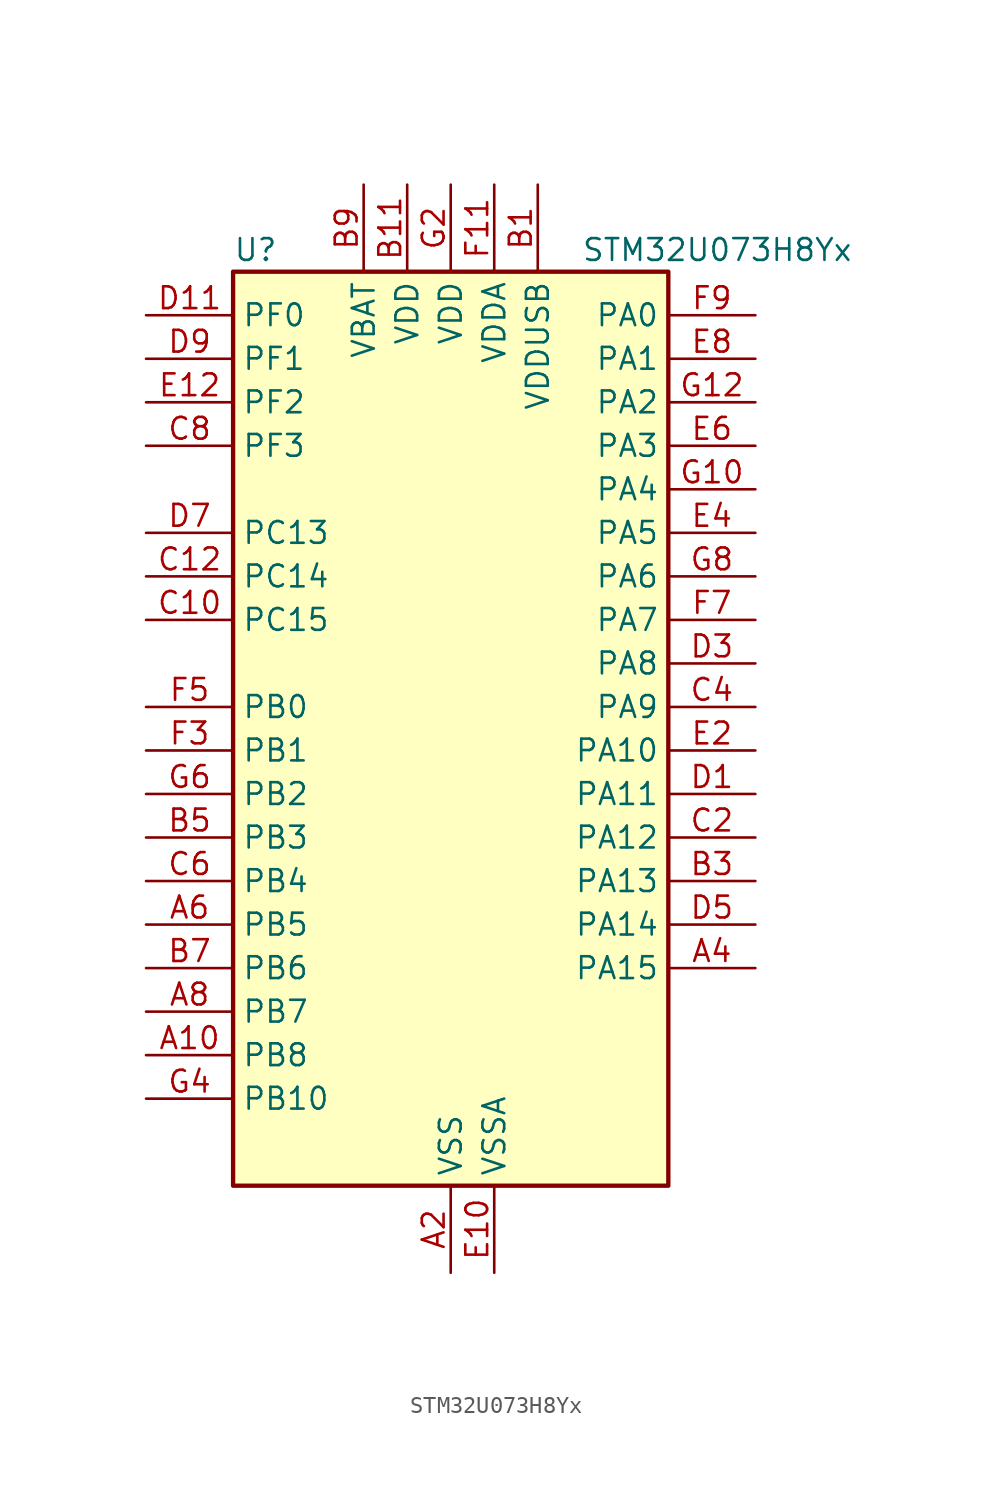
<source format=kicad_sym>
(kicad_symbol_lib
  (version 20231120)
  (generator "kicad_symbol_editor")
  (generator_version "8.99")
  (symbol "STM32U073H8Yx"
    (property "Reference" "U"
      (at -12.7 29.21 0)
      (effects (font (size 1.27 1.27)) (justify left)))
    (property "Value" "STM32U073H8Yx"
      (at 7.62 29.21 0)
      (effects (font (size 1.27 1.27)) (justify left)))
    (property "ki_locked" ""
      (at 0 0 0)
      (effects (font (size 1.27 1.27))))
    (symbol "STM32U073H8Yx_0_1"
      (rectangle (start -12.7 -25.4) (end 12.7 27.94) (stroke (width 0.254) (type default)) (fill (type background))))
    (symbol "STM32U073H8Yx_1_1"
      (pin bidirectional line (at -17.78 -17.78 0) (length 5.08) (name "PB8" (effects (font (size 1.27 1.27)))) (number "A10" (effects (font (size 1.27 1.27)))) (alternate "I2C1_SCL" bidirectional line) (alternate "I2C2_SCL" bidirectional line) (alternate "LCD_SEG16" bidirectional line) (alternate "LPTIM1_IN2" bidirectional line) (alternate "LPTIM3_IN2" bidirectional line) (alternate "TIM16_CH1" bidirectional line) (alternate "USART3_TX" bidirectional line))
      (pin passive line (at 0 -30.48 90) (length 5.08) hide (name "VSS" (effects (font (size 1.27 1.27)))) (number "A12" (effects (font (size 1.27 1.27)))))
      (pin power_in line (at 0 -30.48 90) (length 5.08) (name "VSS" (effects (font (size 1.27 1.27)))) (number "A2" (effects (font (size 1.27 1.27)))))
      (pin bidirectional line (at 17.78 -12.7 180) (length 5.08) (name "PA15" (effects (font (size 1.27 1.27)))) (number "A4" (effects (font (size 1.27 1.27)))) (alternate "DEBUG_JTDI" bidirectional line) (alternate "LCD_SEG17" bidirectional line) (alternate "LPTIM3_CH3" bidirectional line) (alternate "LPTIM3_IN2" bidirectional line) (alternate "SPI1_NSS" bidirectional line) (alternate "SPI3_NSS" bidirectional line) (alternate "TIM2_CH1" bidirectional line) (alternate "TIM2_ETR" bidirectional line) (alternate "TSC_G3_IO1" bidirectional line) (alternate "USART2_RX" bidirectional line) (alternate "USART3_DE" bidirectional line) (alternate "USART3_RTS" bidirectional line) (alternate "USART4_DE" bidirectional line) (alternate "USART4_RTS" bidirectional line))
      (pin bidirectional line (at -17.78 -10.16 0) (length 5.08) (name "PB5" (effects (font (size 1.27 1.27)))) (number "A6" (effects (font (size 1.27 1.27)))) (alternate "COMP2_OUT" bidirectional line) (alternate "LCD_SEG9" bidirectional line) (alternate "LPTIM1_IN1" bidirectional line) (alternate "LPUART3_CTS" bidirectional line) (alternate "SPI1_MOSI" bidirectional line) (alternate "SPI3_MOSI" bidirectional line) (alternate "TIM16_BKIN" bidirectional line) (alternate "TIM3_CH2" bidirectional line) (alternate "TSC_G2_IO2" bidirectional line) (alternate "USART1_CK" bidirectional line))
      (pin bidirectional line (at -17.78 -15.24 0) (length 5.08) (name "PB7" (effects (font (size 1.27 1.27)))) (number "A8" (effects (font (size 1.27 1.27)))) (alternate "COMP2_INM" bidirectional line) (alternate "I2C1_SDA" bidirectional line) (alternate "I2C2_SDA" bidirectional line) (alternate "I2C4_SDA" bidirectional line) (alternate "LCD_SEG21" bidirectional line) (alternate "LPTIM1_IN2" bidirectional line) (alternate "LPUART2_RX" bidirectional line) (alternate "LPUART3_RX" bidirectional line) (alternate "PWR_PVD_IN" bidirectional line) (alternate "TSC_G2_IO4" bidirectional line) (alternate "USART1_RX" bidirectional line) (alternate "USART4_CTS" bidirectional line))
      (pin power_in line (at 5.08 33.02 270) (length 5.08) (name "VDDUSB" (effects (font (size 1.27 1.27)))) (number "B1" (effects (font (size 1.27 1.27)))))
      (pin power_in line (at -2.54 33.02 270) (length 5.08) (name "VDD" (effects (font (size 1.27 1.27)))) (number "B11" (effects (font (size 1.27 1.27)))))
      (pin bidirectional line (at 17.78 -7.62 180) (length 5.08) (name "PA13" (effects (font (size 1.27 1.27)))) (number "B3" (effects (font (size 1.27 1.27)))) (alternate "DEBUG_JTMS-SWDIO" bidirectional line) (alternate "IR_OUT" bidirectional line) (alternate "LCD_SEG40" bidirectional line) (alternate "TSC_G7_IO4" bidirectional line) (alternate "USB_NOE" bidirectional line))
      (pin bidirectional line (at -17.78 -5.08 0) (length 5.08) (name "PB3" (effects (font (size 1.27 1.27)))) (number "B5" (effects (font (size 1.27 1.27)))) (alternate "COMP2_INM" bidirectional line) (alternate "DEBUG_JTDO-SWO" bidirectional line) (alternate "I2C2_SCL" bidirectional line) (alternate "I2C3_SCL" bidirectional line) (alternate "LCD_SEG7" bidirectional line) (alternate "LPTIM1_CH3" bidirectional line) (alternate "SPI1_SCK" bidirectional line) (alternate "SPI3_SCK" bidirectional line) (alternate "TIM2_CH2" bidirectional line) (alternate "USART1_DE" bidirectional line) (alternate "USART1_RTS" bidirectional line))
      (pin bidirectional line (at -17.78 -12.7 0) (length 5.08) (name "PB6" (effects (font (size 1.27 1.27)))) (number "B7" (effects (font (size 1.27 1.27)))) (alternate "COMP2_INP" bidirectional line) (alternate "I2C1_SCL" bidirectional line) (alternate "I2C2_SCL" bidirectional line) (alternate "I2C4_SCL" bidirectional line) (alternate "LPTIM1_ETR" bidirectional line) (alternate "LPUART2_TX" bidirectional line) (alternate "LPUART3_TX" bidirectional line) (alternate "TIM16_CH1N" bidirectional line) (alternate "TSC_G2_IO3" bidirectional line) (alternate "USART1_TX" bidirectional line))
      (pin power_in line (at -5.08 33.02 270) (length 5.08) (name "VBAT" (effects (font (size 1.27 1.27)))) (number "B9" (effects (font (size 1.27 1.27)))))
      (pin bidirectional line (at -17.78 7.62 0) (length 5.08) (name "PC15" (effects (font (size 1.27 1.27)))) (number "C10" (effects (font (size 1.27 1.27)))) (alternate "RCC_OSC32_EN" bidirectional line) (alternate "RCC_OSC32_OUT" bidirectional line) (alternate "RCC_OSC_EN" bidirectional line))
      (pin bidirectional line (at -17.78 10.16 0) (length 5.08) (name "PC14" (effects (font (size 1.27 1.27)))) (number "C12" (effects (font (size 1.27 1.27)))) (alternate "RCC_OSC32_IN" bidirectional line))
      (pin bidirectional line (at 17.78 -5.08 180) (length 5.08) (name "PA12" (effects (font (size 1.27 1.27)))) (number "C2" (effects (font (size 1.27 1.27)))) (alternate "SPI1_MOSI" bidirectional line) (alternate "SPI2_MOSI" bidirectional line) (alternate "TIM1_ETR" bidirectional line) (alternate "USART1_DE" bidirectional line) (alternate "USART1_RTS" bidirectional line) (alternate "USB_DP" bidirectional line))
      (pin bidirectional line (at 17.78 2.54 180) (length 5.08) (name "PA9" (effects (font (size 1.27 1.27)))) (number "C4" (effects (font (size 1.27 1.27)))) (alternate "COMP1_INP" bidirectional line) (alternate "DAC1_EXTI9" bidirectional line) (alternate "I2C1_SCL" bidirectional line) (alternate "I2C2_SCL" bidirectional line) (alternate "LCD_COM1" bidirectional line) (alternate "RCC_MCO" bidirectional line) (alternate "TIM15_BKIN" bidirectional line) (alternate "TIM1_CH2" bidirectional line) (alternate "TSC_G7_IO2" bidirectional line) (alternate "USART1_TX" bidirectional line))
      (pin bidirectional line (at -17.78 -7.62 0) (length 5.08) (name "PB4" (effects (font (size 1.27 1.27)))) (number "C6" (effects (font (size 1.27 1.27)))) (alternate "COMP2_INP" bidirectional line) (alternate "I2C2_SDA" bidirectional line) (alternate "I2C3_SDA" bidirectional line) (alternate "LCD_SEG8" bidirectional line) (alternate "LPTIM1_CH4" bidirectional line) (alternate "LPUART3_DE" bidirectional line) (alternate "LPUART3_RTS" bidirectional line) (alternate "SPI1_MISO" bidirectional line) (alternate "SPI3_MISO" bidirectional line) (alternate "TIM3_CH1" bidirectional line) (alternate "TSC_G2_IO1" bidirectional line) (alternate "USART1_CTS" bidirectional line))
      (pin bidirectional line (at -17.78 17.78 0) (length 5.08) (name "PF3" (effects (font (size 1.27 1.27)))) (number "C8" (effects (font (size 1.27 1.27)))))
      (pin bidirectional line (at 17.78 -2.54 180) (length 5.08) (name "PA11" (effects (font (size 1.27 1.27)))) (number "D1" (effects (font (size 1.27 1.27)))) (alternate "ADC1_EXTI11" bidirectional line) (alternate "COMP1_OUT" bidirectional line) (alternate "SPI1_MISO" bidirectional line) (alternate "SPI2_MISO" bidirectional line) (alternate "TIM1_BKIN2" bidirectional line) (alternate "TIM1_CH4" bidirectional line) (alternate "USART1_CTS" bidirectional line) (alternate "USB_DM" bidirectional line))
      (pin bidirectional line (at -17.78 25.4 0) (length 5.08) (name "PF0" (effects (font (size 1.27 1.27)))) (number "D11" (effects (font (size 1.27 1.27)))) (alternate "RCC_OSC_IN" bidirectional line))
      (pin bidirectional line (at 17.78 5.08 180) (length 5.08) (name "PA8" (effects (font (size 1.27 1.27)))) (number "D3" (effects (font (size 1.27 1.27)))) (alternate "LCD_COM0" bidirectional line) (alternate "LPTIM2_CH1" bidirectional line) (alternate "RCC_MCO" bidirectional line) (alternate "RCC_MCO2" bidirectional line) (alternate "TIM1_CH1" bidirectional line) (alternate "TSC_G7_IO1" bidirectional line) (alternate "USART1_CK" bidirectional line))
      (pin bidirectional line (at 17.78 -10.16 180) (length 5.08) (name "PA14" (effects (font (size 1.27 1.27)))) (number "D5" (effects (font (size 1.27 1.27)))) (alternate "DEBUG_JTCK-SWCLK" bidirectional line) (alternate "LCD_SEG41" bidirectional line) (alternate "LPTIM1_CH1" bidirectional line) (alternate "TSC_G3_IO4" bidirectional line))
      (pin bidirectional line (at -17.78 12.7 0) (length 5.08) (name "PC13" (effects (font (size 1.27 1.27)))) (number "D7" (effects (font (size 1.27 1.27)))) (alternate "LPTIM1_CH3" bidirectional line) (alternate "LPTIM3_CH3" bidirectional line) (alternate "PWR_WKUP2" bidirectional line) (alternate "RTC_OUT1" bidirectional line) (alternate "RTC_TS" bidirectional line) (alternate "TAMP_IN1" bidirectional line))
      (pin bidirectional line (at -17.78 22.86 0) (length 5.08) (name "PF1" (effects (font (size 1.27 1.27)))) (number "D9" (effects (font (size 1.27 1.27)))) (alternate "RCC_OSC_EN" bidirectional line) (alternate "RCC_OSC_OUT" bidirectional line))
      (pin power_in line (at 2.54 -30.48 90) (length 5.08) (name "VSSA" (effects (font (size 1.27 1.27)))) (number "E10" (effects (font (size 1.27 1.27)))))
      (pin bidirectional line (at -17.78 20.32 0) (length 5.08) (name "PF2" (effects (font (size 1.27 1.27)))) (number "E12" (effects (font (size 1.27 1.27)))) (alternate "RCC_MCO" bidirectional line))
      (pin bidirectional line (at 17.78 0 180) (length 5.08) (name "PA10" (effects (font (size 1.27 1.27)))) (number "E2" (effects (font (size 1.27 1.27)))) (alternate "CRS_SYNC" bidirectional line) (alternate "I2C1_SDA" bidirectional line) (alternate "I2C2_SDA" bidirectional line) (alternate "LCD_COM2" bidirectional line) (alternate "RCC_MCO2" bidirectional line) (alternate "SPI2_NSS" bidirectional line) (alternate "TIM1_CH3" bidirectional line) (alternate "TSC_G7_IO3" bidirectional line) (alternate "USART1_RX" bidirectional line))
      (pin bidirectional line (at 17.78 12.7 180) (length 5.08) (name "PA5" (effects (font (size 1.27 1.27)))) (number "E4" (effects (font (size 1.27 1.27)))) (alternate "ADC1_IN9" bidirectional line) (alternate "COMP1_INM" bidirectional line) (alternate "COMP2_INM" bidirectional line) (alternate "LCD_SEG44" bidirectional line) (alternate "LPTIM2_ETR" bidirectional line) (alternate "LPUART3_RX" bidirectional line) (alternate "SPI1_SCK" bidirectional line) (alternate "TIM2_CH1" bidirectional line) (alternate "TIM2_ETR" bidirectional line) (alternate "USART3_TX" bidirectional line))
      (pin bidirectional line (at 17.78 17.78 180) (length 5.08) (name "PA3" (effects (font (size 1.27 1.27)))) (number "E6" (effects (font (size 1.27 1.27)))) (alternate "ADC1_IN7" bidirectional line) (alternate "COMP2_INP" bidirectional line) (alternate "LCD_SEG2" bidirectional line) (alternate "LPUART1_RX" bidirectional line) (alternate "OPAMP1_VOUT" bidirectional line) (alternate "TIM15_CH2" bidirectional line) (alternate "TIM2_CH4" bidirectional line) (alternate "USART2_RX" bidirectional line))
      (pin bidirectional line (at 17.78 22.86 180) (length 5.08) (name "PA1" (effects (font (size 1.27 1.27)))) (number "E8" (effects (font (size 1.27 1.27)))) (alternate "ADC1_IN5" bidirectional line) (alternate "COMP1_INP" bidirectional line) (alternate "LCD_SEG0" bidirectional line) (alternate "LPTIM1_CH2" bidirectional line) (alternate "OPAMP1_VINM" bidirectional line) (alternate "PWR_WKUP3" bidirectional line) (alternate "SPI1_SCK" bidirectional line) (alternate "SPI2_SCK" bidirectional line) (alternate "TAMP_IN5" bidirectional line) (alternate "TIM15_CH1N" bidirectional line) (alternate "TIM2_CH2" bidirectional line) (alternate "USART2_DE" bidirectional line) (alternate "USART2_RTS" bidirectional line) (alternate "USART4_RX" bidirectional line))
      (pin passive line (at 0 -30.48 90) (length 5.08) hide (name "VSS" (effects (font (size 1.27 1.27)))) (number "F1" (effects (font (size 1.27 1.27)))))
      (pin power_in line (at 2.54 33.02 270) (length 5.08) (name "VDDA" (effects (font (size 1.27 1.27)))) (number "F11" (effects (font (size 1.27 1.27)))))
      (pin bidirectional line (at -17.78 0 0) (length 5.08) (name "PB1" (effects (font (size 1.27 1.27)))) (number "F3" (effects (font (size 1.27 1.27)))) (alternate "ADC1_IN18" bidirectional line) (alternate "COMP1_INM" bidirectional line) (alternate "LCD_SEG6" bidirectional line) (alternate "LPTIM2_IN1" bidirectional line) (alternate "LPTIM3_CH2" bidirectional line) (alternate "LPUART1_DE" bidirectional line) (alternate "LPUART1_RTS" bidirectional line) (alternate "LPUART2_DE" bidirectional line) (alternate "LPUART2_RTS" bidirectional line) (alternate "TIM1_CH3N" bidirectional line) (alternate "TIM3_CH4" bidirectional line) (alternate "TSC_SYNC" bidirectional line) (alternate "USART3_DE" bidirectional line) (alternate "USART3_RTS" bidirectional line))
      (pin bidirectional line (at -17.78 2.54 0) (length 5.08) (name "PB0" (effects (font (size 1.27 1.27)))) (number "F5" (effects (font (size 1.27 1.27)))) (alternate "ADC1_IN17" bidirectional line) (alternate "COMP1_OUT" bidirectional line) (alternate "LCD_SEG5" bidirectional line) (alternate "LPTIM3_CH1" bidirectional line) (alternate "LPUART2_CTS" bidirectional line) (alternate "SPI1_NSS" bidirectional line) (alternate "TIM1_CH2N" bidirectional line) (alternate "TIM3_CH3" bidirectional line) (alternate "TSC_G5_IO2" bidirectional line) (alternate "USART3_CK" bidirectional line))
      (pin bidirectional line (at 17.78 7.62 180) (length 5.08) (name "PA7" (effects (font (size 1.27 1.27)))) (number "F7" (effects (font (size 1.27 1.27)))) (alternate "ADC1_IN14" bidirectional line) (alternate "COMP2_OUT" bidirectional line) (alternate "I2C2_SCL" bidirectional line) (alternate "I2C3_SCL" bidirectional line) (alternate "LCD_SEG4" bidirectional line) (alternate "LPTIM2_CH2" bidirectional line) (alternate "SPI1_MOSI" bidirectional line) (alternate "TIM1_CH1N" bidirectional line) (alternate "TIM3_CH2" bidirectional line) (alternate "USART3_RX" bidirectional line))
      (pin bidirectional line (at 17.78 25.4 180) (length 5.08) (name "PA0" (effects (font (size 1.27 1.27)))) (number "F9" (effects (font (size 1.27 1.27)))) (alternate "ADC1_IN4" bidirectional line) (alternate "COMP1_INM" bidirectional line) (alternate "COMP1_OUT" bidirectional line) (alternate "LCD_SEG42" bidirectional line) (alternate "OPAMP1_VINP" bidirectional line) (alternate "PWR_WKUP1" bidirectional line) (alternate "TAMP_IN2" bidirectional line) (alternate "TIM2_CH1" bidirectional line) (alternate "TIM2_ETR" bidirectional line) (alternate "USART2_CTS" bidirectional line) (alternate "USART4_TX" bidirectional line))
      (pin bidirectional line (at 17.78 15.24 180) (length 5.08) (name "PA4" (effects (font (size 1.27 1.27)))) (number "G10" (effects (font (size 1.27 1.27)))) (alternate "ADC1_IN8" bidirectional line) (alternate "COMP1_INM" bidirectional line) (alternate "COMP2_INM" bidirectional line) (alternate "DAC1_OUT1" bidirectional line) (alternate "LCD_SEG43" bidirectional line) (alternate "LPTIM2_CH1" bidirectional line) (alternate "LPUART3_TX" bidirectional line) (alternate "SPI1_NSS" bidirectional line) (alternate "SPI3_NSS" bidirectional line) (alternate "USART2_CK" bidirectional line))
      (pin bidirectional line (at 17.78 20.32 180) (length 5.08) (name "PA2" (effects (font (size 1.27 1.27)))) (number "G12" (effects (font (size 1.27 1.27)))) (alternate "ADC1_IN6" bidirectional line) (alternate "COMP2_INM" bidirectional line) (alternate "COMP2_OUT" bidirectional line) (alternate "LCD_SEG1" bidirectional line) (alternate "LPUART1_TX" bidirectional line) (alternate "PWR_WKUP4" bidirectional line) (alternate "RCC_LSCO" bidirectional line) (alternate "TIM15_CH1" bidirectional line) (alternate "TIM2_CH3" bidirectional line) (alternate "USART2_TX" bidirectional line))
      (pin power_in line (at 0 33.02 270) (length 5.08) (name "VDD" (effects (font (size 1.27 1.27)))) (number "G2" (effects (font (size 1.27 1.27)))))
      (pin bidirectional line (at -17.78 -20.32 0) (length 5.08) (name "PB10" (effects (font (size 1.27 1.27)))) (number "G4" (effects (font (size 1.27 1.27)))) (alternate "COMP1_OUT" bidirectional line) (alternate "I2C2_SCL" bidirectional line) (alternate "I2C4_SCL" bidirectional line) (alternate "LCD_SEG10" bidirectional line) (alternate "LPTIM3_CH1" bidirectional line) (alternate "LPUART1_RX" bidirectional line) (alternate "LPUART2_RX" bidirectional line) (alternate "SPI2_SCK" bidirectional line) (alternate "TIM2_CH3" bidirectional line) (alternate "TSC_G5_IO3" bidirectional line) (alternate "USART3_TX" bidirectional line))
      (pin bidirectional line (at -17.78 -2.54 0) (length 5.08) (name "PB2" (effects (font (size 1.27 1.27)))) (number "G6" (effects (font (size 1.27 1.27)))) (alternate "COMP1_INP" bidirectional line) (alternate "LPTIM1_CH1" bidirectional line) (alternate "RTC_OUT2" bidirectional line))
      (pin bidirectional line (at 17.78 10.16 180) (length 5.08) (name "PA6" (effects (font (size 1.27 1.27)))) (number "G8" (effects (font (size 1.27 1.27)))) (alternate "ADC1_IN10" bidirectional line) (alternate "COMP1_OUT" bidirectional line) (alternate "I2C2_SDA" bidirectional line) (alternate "I2C3_SDA" bidirectional line) (alternate "LCD_SEG3" bidirectional line) (alternate "LPUART1_CTS" bidirectional line) (alternate "SPI1_MISO" bidirectional line) (alternate "TIM16_CH1" bidirectional line) (alternate "TIM1_BKIN" bidirectional line) (alternate "TIM3_CH1" bidirectional line) (alternate "TSC_G5_IO1" bidirectional line) (alternate "USART3_CTS" bidirectional line)))))
</source>
